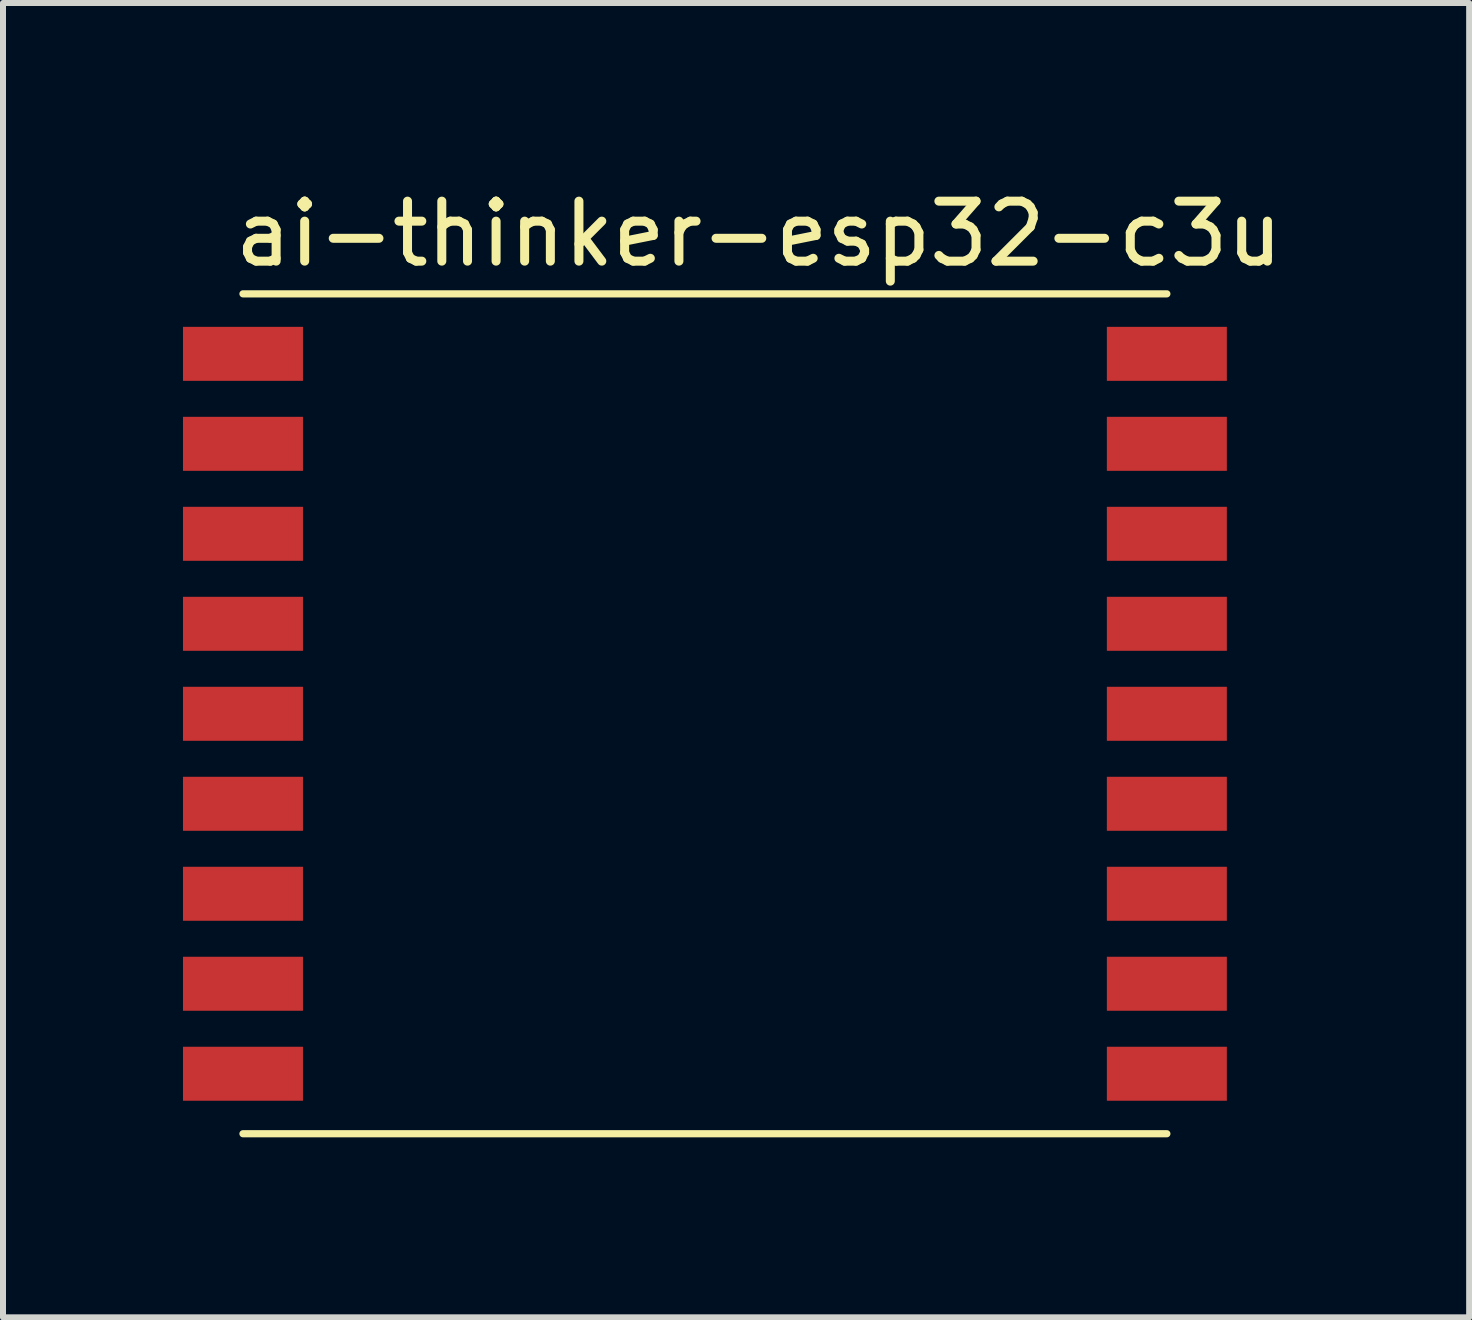
<source format=kicad_pcb>
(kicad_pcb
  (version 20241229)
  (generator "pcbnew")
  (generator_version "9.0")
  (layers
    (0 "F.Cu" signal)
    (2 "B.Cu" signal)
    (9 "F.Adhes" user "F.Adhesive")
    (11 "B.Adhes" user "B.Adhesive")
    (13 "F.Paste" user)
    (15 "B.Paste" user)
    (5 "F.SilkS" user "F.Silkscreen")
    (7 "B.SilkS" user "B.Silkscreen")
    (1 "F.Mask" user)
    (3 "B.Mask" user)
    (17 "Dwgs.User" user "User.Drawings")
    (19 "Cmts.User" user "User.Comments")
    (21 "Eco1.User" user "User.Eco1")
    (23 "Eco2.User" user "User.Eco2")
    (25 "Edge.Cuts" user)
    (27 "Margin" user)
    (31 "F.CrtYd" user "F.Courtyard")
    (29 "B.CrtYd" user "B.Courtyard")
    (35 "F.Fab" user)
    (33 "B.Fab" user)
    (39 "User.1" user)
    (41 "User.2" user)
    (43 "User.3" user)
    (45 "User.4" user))
  (footprint "ai-thinker-esp32-c3u"
    (layer "F.Cu")
    (at 9.9 0.348)
    (property "Reference" "ai-thinker-esp32-c3u" (at -0.3 0.5 0) (layer "F.SilkS") (effects (font (size 1 1) (thickness 0.15))))
    (attr through_hole)
    (fp_line (start 6.5 1.5) (end -8.9 1.5) (stroke (width 0.12) (type solid)) (layer "F.SilkS"))
    (fp_line (start 6.5 15.5) (end -8.9 15.5) (stroke (width 0.12) (type solid)) (layer "F.SilkS"))
    (pad "1" smd rect (at 6.5 2.5) (size 2 0.9) (layers "F.Cu" "F.Mask" "F.Paste"))
    (pad "2" smd rect (at 6.5 4) (size 2 0.9) (layers "F.Cu" "F.Mask" "F.Paste"))
    (pad "3" smd rect (at 6.5 5.5) (size 2 0.9) (layers "F.Cu" "F.Mask" "F.Paste"))
    (pad "4" smd rect (at 6.5 7) (size 2 0.9) (layers "F.Cu" "F.Mask" "F.Paste"))
    (pad "5" smd rect (at 6.5 8.5) (size 2 0.9) (layers "F.Cu" "F.Mask" "F.Paste"))
    (pad "6" smd rect (at 6.5 10) (size 2 0.9) (layers "F.Cu" "F.Mask" "F.Paste"))
    (pad "7" smd rect (at 6.5 11.5) (size 2 0.9) (layers "F.Cu" "F.Mask" "F.Paste"))
    (pad "8" smd rect (at 6.5 13) (size 2 0.9) (layers "F.Cu" "F.Mask" "F.Paste"))
    (pad "9" smd rect (at 6.5 14.5) (size 2 0.9) (layers "F.Cu" "F.Mask" "F.Paste"))
    (pad "10" smd rect (at -8.9 14.5) (size 2 0.9) (layers "F.Cu" "F.Mask" "F.Paste"))
    (pad "11" smd rect (at -8.9 13) (size 2 0.9) (layers "F.Cu" "F.Mask" "F.Paste"))
    (pad "12" smd rect (at -8.9 11.5) (size 2 0.9) (layers "F.Cu" "F.Mask" "F.Paste"))
    (pad "13" smd rect (at -8.9 10) (size 2 0.9) (layers "F.Cu" "F.Mask" "F.Paste"))
    (pad "14" smd rect (at -8.9 8.5) (size 2 0.9) (layers "F.Cu" "F.Mask" "F.Paste"))
    (pad "15" smd rect (at -8.9 7) (size 2 0.9) (layers "F.Cu" "F.Mask" "F.Paste"))
    (pad "16" smd rect (at -8.9 5.5) (size 2 0.9) (layers "F.Cu" "F.Mask" "F.Paste"))
    (pad "17" smd rect (at -8.9 4) (size 2 0.9) (layers "F.Cu" "F.Mask" "F.Paste"))
    (pad "18" smd rect (at -8.9 2.5) (size 2 0.9) (layers "F.Cu" "F.Mask" "F.Paste")))
  (gr_rect
    (start -3 -3)
    (end 21.439 18.908)
    (stroke (width 0.1) (type default))
    (fill no)
    (layer "Edge.Cuts")))
</source>
